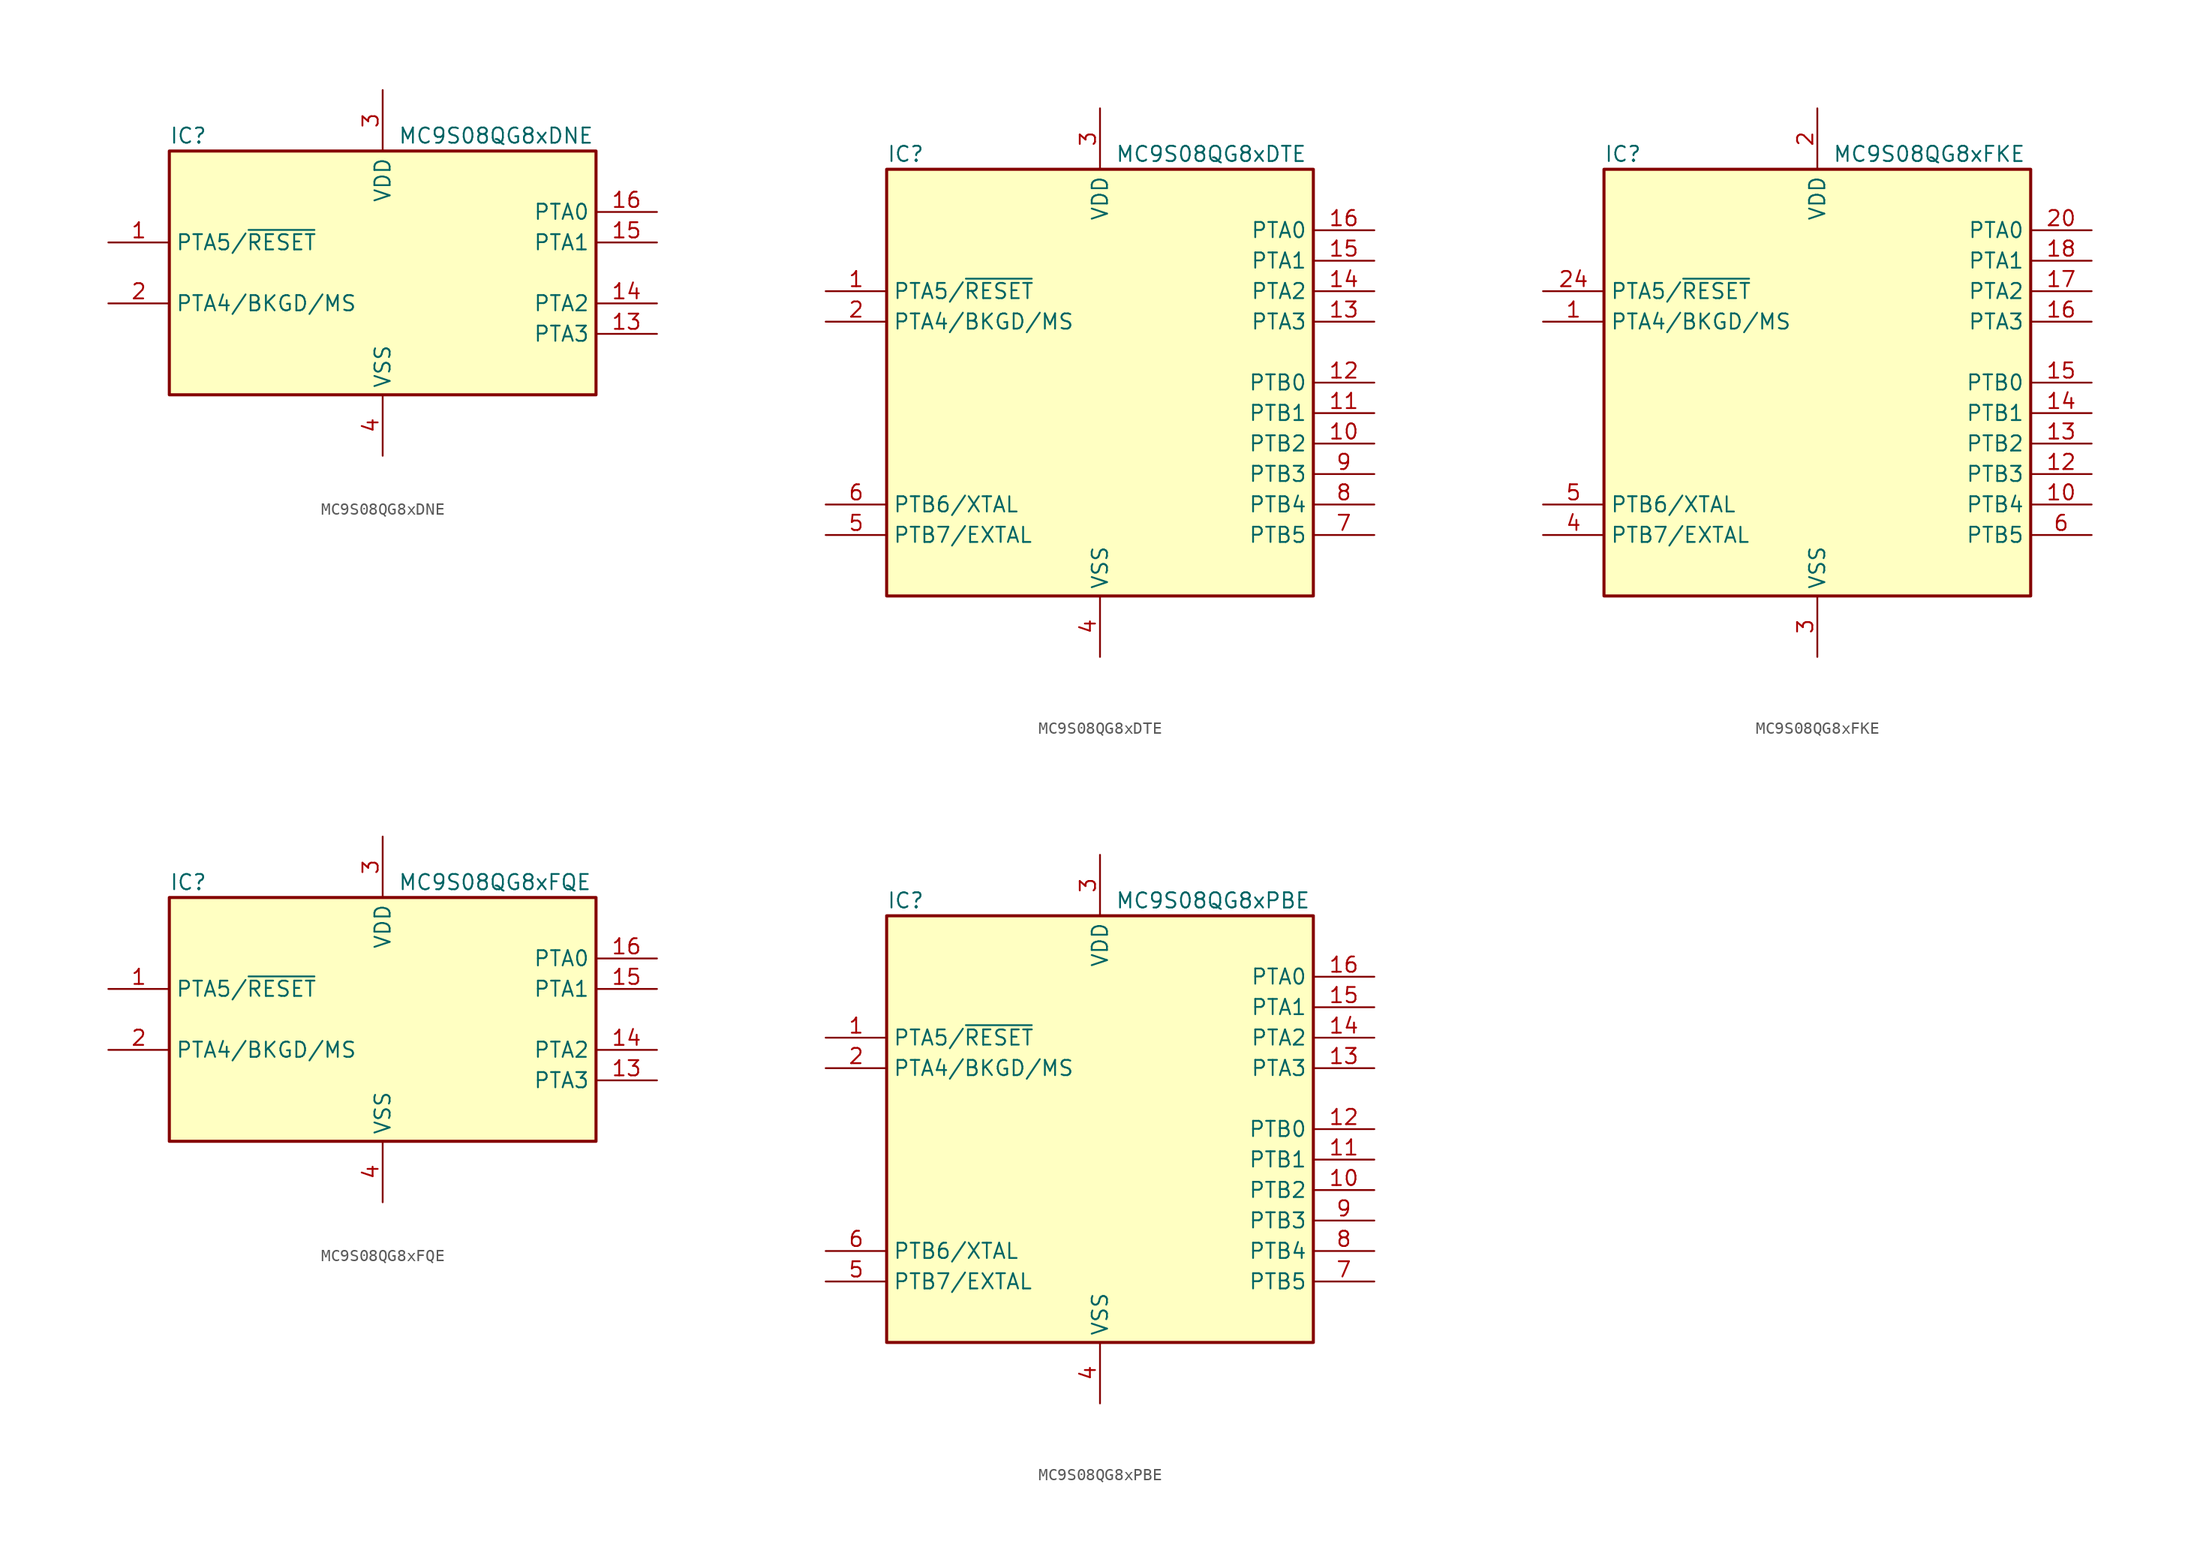
<source format=kicad_sym>
(kicad_symbol_lib
  (version 20201005)
  (generator kicad_symbol_editor)
  (symbol "MCU_NXP_S08:MC9S08QG8xDNE"
    (property "Reference" "IC"
      (at -17.78 11.43 0)
      (effects (font (size 1.27 1.27)) (justify left)))
    (property "Value" "MC9S08QG8xDNE"
      (at 1.27 11.43 0)
      (effects (font (size 1.27 1.27)) (justify left)))
    (symbol "MC9S08QG8xDNE_0_1"
      (rectangle (start -17.78 10.16) (end 17.78 -10.16) (stroke (width 0.254)) (fill (type background))))
    (symbol "MC9S08QG8xDNE_1_1"
      (pin bidirectional line (at -22.86 2.54 0) (length 5.08) (name "PTA5/~RESET" (effects (font (size 1.27 1.27)))) (number "1" (effects (font (size 1.27 1.27)))))
      (pin bidirectional line (at 22.86 -5.08 180) (length 5.08) (name "PTA3" (effects (font (size 1.27 1.27)))) (number "13" (effects (font (size 1.27 1.27)))))
      (pin bidirectional line (at 22.86 -2.54 180) (length 5.08) (name "PTA2" (effects (font (size 1.27 1.27)))) (number "14" (effects (font (size 1.27 1.27)))))
      (pin bidirectional line (at 22.86 2.54 180) (length 5.08) (name "PTA1" (effects (font (size 1.27 1.27)))) (number "15" (effects (font (size 1.27 1.27)))))
      (pin bidirectional line (at 22.86 5.08 180) (length 5.08) (name "PTA0" (effects (font (size 1.27 1.27)))) (number "16" (effects (font (size 1.27 1.27)))))
      (pin bidirectional line (at -22.86 -2.54 0) (length 5.08) (name "PTA4/BKGD/MS" (effects (font (size 1.27 1.27)))) (number "2" (effects (font (size 1.27 1.27)))))
      (pin power_in line (at 0 15.24 270) (length 5.08) (name "VDD" (effects (font (size 1.27 1.27)))) (number "3" (effects (font (size 1.27 1.27)))))
      (pin power_in line (at 0 -15.24 90) (length 5.08) (name "VSS" (effects (font (size 1.27 1.27)))) (number "4" (effects (font (size 1.27 1.27)))))))
  (symbol "MCU_NXP_S08:MC9S08QG8xDTE"
    (property "Reference" "IC"
      (at -17.78 19.05 0)
      (effects (font (size 1.27 1.27)) (justify left)))
    (property "Value" "MC9S08QG8xDTE"
      (at 1.27 19.05 0)
      (effects (font (size 1.27 1.27)) (justify left)))
    (symbol "MC9S08QG8xDTE_0_1"
      (rectangle (start -17.78 17.78) (end 17.78 -17.78) (stroke (width 0.254)) (fill (type background))))
    (symbol "MC9S08QG8xDTE_1_1"
      (pin bidirectional line (at -22.86 7.62 0) (length 5.08) (name "PTA5/~RESET" (effects (font (size 1.27 1.27)))) (number "1" (effects (font (size 1.27 1.27)))))
      (pin bidirectional line (at 22.86 -5.08 180) (length 5.08) (name "PTB2" (effects (font (size 1.27 1.27)))) (number "10" (effects (font (size 1.27 1.27)))))
      (pin bidirectional line (at 22.86 -2.54 180) (length 5.08) (name "PTB1" (effects (font (size 1.27 1.27)))) (number "11" (effects (font (size 1.27 1.27)))))
      (pin bidirectional line (at 22.86 0 180) (length 5.08) (name "PTB0" (effects (font (size 1.27 1.27)))) (number "12" (effects (font (size 1.27 1.27)))))
      (pin bidirectional line (at 22.86 5.08 180) (length 5.08) (name "PTA3" (effects (font (size 1.27 1.27)))) (number "13" (effects (font (size 1.27 1.27)))))
      (pin bidirectional line (at 22.86 7.62 180) (length 5.08) (name "PTA2" (effects (font (size 1.27 1.27)))) (number "14" (effects (font (size 1.27 1.27)))))
      (pin bidirectional line (at 22.86 10.16 180) (length 5.08) (name "PTA1" (effects (font (size 1.27 1.27)))) (number "15" (effects (font (size 1.27 1.27)))))
      (pin bidirectional line (at 22.86 12.7 180) (length 5.08) (name "PTA0" (effects (font (size 1.27 1.27)))) (number "16" (effects (font (size 1.27 1.27)))))
      (pin bidirectional line (at -22.86 5.08 0) (length 5.08) (name "PTA4/BKGD/MS" (effects (font (size 1.27 1.27)))) (number "2" (effects (font (size 1.27 1.27)))))
      (pin power_in line (at 0 22.86 270) (length 5.08) (name "VDD" (effects (font (size 1.27 1.27)))) (number "3" (effects (font (size 1.27 1.27)))))
      (pin power_in line (at 0 -22.86 90) (length 5.08) (name "VSS" (effects (font (size 1.27 1.27)))) (number "4" (effects (font (size 1.27 1.27)))))
      (pin bidirectional line (at -22.86 -12.7 0) (length 5.08) (name "PTB7/EXTAL" (effects (font (size 1.27 1.27)))) (number "5" (effects (font (size 1.27 1.27)))))
      (pin bidirectional line (at -22.86 -10.16 0) (length 5.08) (name "PTB6/XTAL" (effects (font (size 1.27 1.27)))) (number "6" (effects (font (size 1.27 1.27)))))
      (pin bidirectional line (at 22.86 -12.7 180) (length 5.08) (name "PTB5" (effects (font (size 1.27 1.27)))) (number "7" (effects (font (size 1.27 1.27)))))
      (pin bidirectional line (at 22.86 -10.16 180) (length 5.08) (name "PTB4" (effects (font (size 1.27 1.27)))) (number "8" (effects (font (size 1.27 1.27)))))
      (pin bidirectional line (at 22.86 -7.62 180) (length 5.08) (name "PTB3" (effects (font (size 1.27 1.27)))) (number "9" (effects (font (size 1.27 1.27)))))))
  (symbol "MCU_NXP_S08:MC9S08QG8xFKE"
    (property "Reference" "IC"
      (at -17.78 19.05 0)
      (effects (font (size 1.27 1.27)) (justify left)))
    (property "Value" "MC9S08QG8xFKE"
      (at 1.27 19.05 0)
      (effects (font (size 1.27 1.27)) (justify left)))
    (symbol "MC9S08QG8xFKE_0_1"
      (rectangle (start -17.78 17.78) (end 17.78 -17.78) (stroke (width 0.254)) (fill (type background))))
    (symbol "MC9S08QG8xFKE_1_1"
      (pin bidirectional line (at -22.86 5.08 0) (length 5.08) (name "PTA4/BKGD/MS" (effects (font (size 1.27 1.27)))) (number "1" (effects (font (size 1.27 1.27)))))
      (pin bidirectional line (at 22.86 -10.16 180) (length 5.08) (name "PTB4" (effects (font (size 1.27 1.27)))) (number "10" (effects (font (size 1.27 1.27)))))
      (pin bidirectional line (at 22.86 -7.62 180) (length 5.08) (name "PTB3" (effects (font (size 1.27 1.27)))) (number "12" (effects (font (size 1.27 1.27)))))
      (pin bidirectional line (at 22.86 -5.08 180) (length 5.08) (name "PTB2" (effects (font (size 1.27 1.27)))) (number "13" (effects (font (size 1.27 1.27)))))
      (pin bidirectional line (at 22.86 -2.54 180) (length 5.08) (name "PTB1" (effects (font (size 1.27 1.27)))) (number "14" (effects (font (size 1.27 1.27)))))
      (pin bidirectional line (at 22.86 0 180) (length 5.08) (name "PTB0" (effects (font (size 1.27 1.27)))) (number "15" (effects (font (size 1.27 1.27)))))
      (pin bidirectional line (at 22.86 5.08 180) (length 5.08) (name "PTA3" (effects (font (size 1.27 1.27)))) (number "16" (effects (font (size 1.27 1.27)))))
      (pin bidirectional line (at 22.86 7.62 180) (length 5.08) (name "PTA2" (effects (font (size 1.27 1.27)))) (number "17" (effects (font (size 1.27 1.27)))))
      (pin bidirectional line (at 22.86 10.16 180) (length 5.08) (name "PTA1" (effects (font (size 1.27 1.27)))) (number "18" (effects (font (size 1.27 1.27)))))
      (pin power_in line (at 0 22.86 270) (length 5.08) (name "VDD" (effects (font (size 1.27 1.27)))) (number "2" (effects (font (size 1.27 1.27)))))
      (pin bidirectional line (at 22.86 12.7 180) (length 5.08) (name "PTA0" (effects (font (size 1.27 1.27)))) (number "20" (effects (font (size 1.27 1.27)))))
      (pin bidirectional line (at -22.86 7.62 0) (length 5.08) (name "PTA5/~RESET" (effects (font (size 1.27 1.27)))) (number "24" (effects (font (size 1.27 1.27)))))
      (pin power_in line (at 0 -22.86 90) (length 5.08) (name "VSS" (effects (font (size 1.27 1.27)))) (number "3" (effects (font (size 1.27 1.27)))))
      (pin bidirectional line (at -22.86 -12.7 0) (length 5.08) (name "PTB7/EXTAL" (effects (font (size 1.27 1.27)))) (number "4" (effects (font (size 1.27 1.27)))))
      (pin bidirectional line (at -22.86 -10.16 0) (length 5.08) (name "PTB6/XTAL" (effects (font (size 1.27 1.27)))) (number "5" (effects (font (size 1.27 1.27)))))
      (pin bidirectional line (at 22.86 -12.7 180) (length 5.08) (name "PTB5" (effects (font (size 1.27 1.27)))) (number "6" (effects (font (size 1.27 1.27)))))))
  (symbol "MCU_NXP_S08:MC9S08QG8xFQE"
    (property "Reference" "IC"
      (at -17.78 11.43 0)
      (effects (font (size 1.27 1.27)) (justify left)))
    (property "Value" "MC9S08QG8xFQE"
      (at 1.27 11.43 0)
      (effects (font (size 1.27 1.27)) (justify left)))
    (symbol "MC9S08QG8xFQE_0_1"
      (rectangle (start -17.78 10.16) (end 17.78 -10.16) (stroke (width 0.254)) (fill (type background))))
    (symbol "MC9S08QG8xFQE_1_1"
      (pin bidirectional line (at -22.86 2.54 0) (length 5.08) (name "PTA5/~RESET" (effects (font (size 1.27 1.27)))) (number "1" (effects (font (size 1.27 1.27)))))
      (pin bidirectional line (at 22.86 -5.08 180) (length 5.08) (name "PTA3" (effects (font (size 1.27 1.27)))) (number "13" (effects (font (size 1.27 1.27)))))
      (pin bidirectional line (at 22.86 -2.54 180) (length 5.08) (name "PTA2" (effects (font (size 1.27 1.27)))) (number "14" (effects (font (size 1.27 1.27)))))
      (pin bidirectional line (at 22.86 2.54 180) (length 5.08) (name "PTA1" (effects (font (size 1.27 1.27)))) (number "15" (effects (font (size 1.27 1.27)))))
      (pin bidirectional line (at 22.86 5.08 180) (length 5.08) (name "PTA0" (effects (font (size 1.27 1.27)))) (number "16" (effects (font (size 1.27 1.27)))))
      (pin bidirectional line (at -22.86 -2.54 0) (length 5.08) (name "PTA4/BKGD/MS" (effects (font (size 1.27 1.27)))) (number "2" (effects (font (size 1.27 1.27)))))
      (pin power_in line (at 0 15.24 270) (length 5.08) (name "VDD" (effects (font (size 1.27 1.27)))) (number "3" (effects (font (size 1.27 1.27)))))
      (pin power_in line (at 0 -15.24 90) (length 5.08) (name "VSS" (effects (font (size 1.27 1.27)))) (number "4" (effects (font (size 1.27 1.27)))))))
  (symbol "MCU_NXP_S08:MC9S08QG8xPBE"
    (property "Reference" "IC"
      (at -17.78 19.05 0)
      (effects (font (size 1.27 1.27)) (justify left)))
    (property "Value" "MC9S08QG8xPBE"
      (at 1.27 19.05 0)
      (effects (font (size 1.27 1.27)) (justify left)))
    (symbol "MC9S08QG8xPBE_0_1"
      (rectangle (start -17.78 17.78) (end 17.78 -17.78) (stroke (width 0.254)) (fill (type background))))
    (symbol "MC9S08QG8xPBE_1_1"
      (pin bidirectional line (at -22.86 7.62 0) (length 5.08) (name "PTA5/~RESET" (effects (font (size 1.27 1.27)))) (number "1" (effects (font (size 1.27 1.27)))))
      (pin bidirectional line (at 22.86 -5.08 180) (length 5.08) (name "PTB2" (effects (font (size 1.27 1.27)))) (number "10" (effects (font (size 1.27 1.27)))))
      (pin bidirectional line (at 22.86 -2.54 180) (length 5.08) (name "PTB1" (effects (font (size 1.27 1.27)))) (number "11" (effects (font (size 1.27 1.27)))))
      (pin bidirectional line (at 22.86 0 180) (length 5.08) (name "PTB0" (effects (font (size 1.27 1.27)))) (number "12" (effects (font (size 1.27 1.27)))))
      (pin bidirectional line (at 22.86 5.08 180) (length 5.08) (name "PTA3" (effects (font (size 1.27 1.27)))) (number "13" (effects (font (size 1.27 1.27)))))
      (pin bidirectional line (at 22.86 7.62 180) (length 5.08) (name "PTA2" (effects (font (size 1.27 1.27)))) (number "14" (effects (font (size 1.27 1.27)))))
      (pin bidirectional line (at 22.86 10.16 180) (length 5.08) (name "PTA1" (effects (font (size 1.27 1.27)))) (number "15" (effects (font (size 1.27 1.27)))))
      (pin bidirectional line (at 22.86 12.7 180) (length 5.08) (name "PTA0" (effects (font (size 1.27 1.27)))) (number "16" (effects (font (size 1.27 1.27)))))
      (pin bidirectional line (at -22.86 5.08 0) (length 5.08) (name "PTA4/BKGD/MS" (effects (font (size 1.27 1.27)))) (number "2" (effects (font (size 1.27 1.27)))))
      (pin power_in line (at 0 22.86 270) (length 5.08) (name "VDD" (effects (font (size 1.27 1.27)))) (number "3" (effects (font (size 1.27 1.27)))))
      (pin power_in line (at 0 -22.86 90) (length 5.08) (name "VSS" (effects (font (size 1.27 1.27)))) (number "4" (effects (font (size 1.27 1.27)))))
      (pin bidirectional line (at -22.86 -12.7 0) (length 5.08) (name "PTB7/EXTAL" (effects (font (size 1.27 1.27)))) (number "5" (effects (font (size 1.27 1.27)))))
      (pin bidirectional line (at -22.86 -10.16 0) (length 5.08) (name "PTB6/XTAL" (effects (font (size 1.27 1.27)))) (number "6" (effects (font (size 1.27 1.27)))))
      (pin bidirectional line (at 22.86 -12.7 180) (length 5.08) (name "PTB5" (effects (font (size 1.27 1.27)))) (number "7" (effects (font (size 1.27 1.27)))))
      (pin bidirectional line (at 22.86 -10.16 180) (length 5.08) (name "PTB4" (effects (font (size 1.27 1.27)))) (number "8" (effects (font (size 1.27 1.27)))))
      (pin bidirectional line (at 22.86 -7.62 180) (length 5.08) (name "PTB3" (effects (font (size 1.27 1.27)))) (number "9" (effects (font (size 1.27 1.27))))))))
</source>
